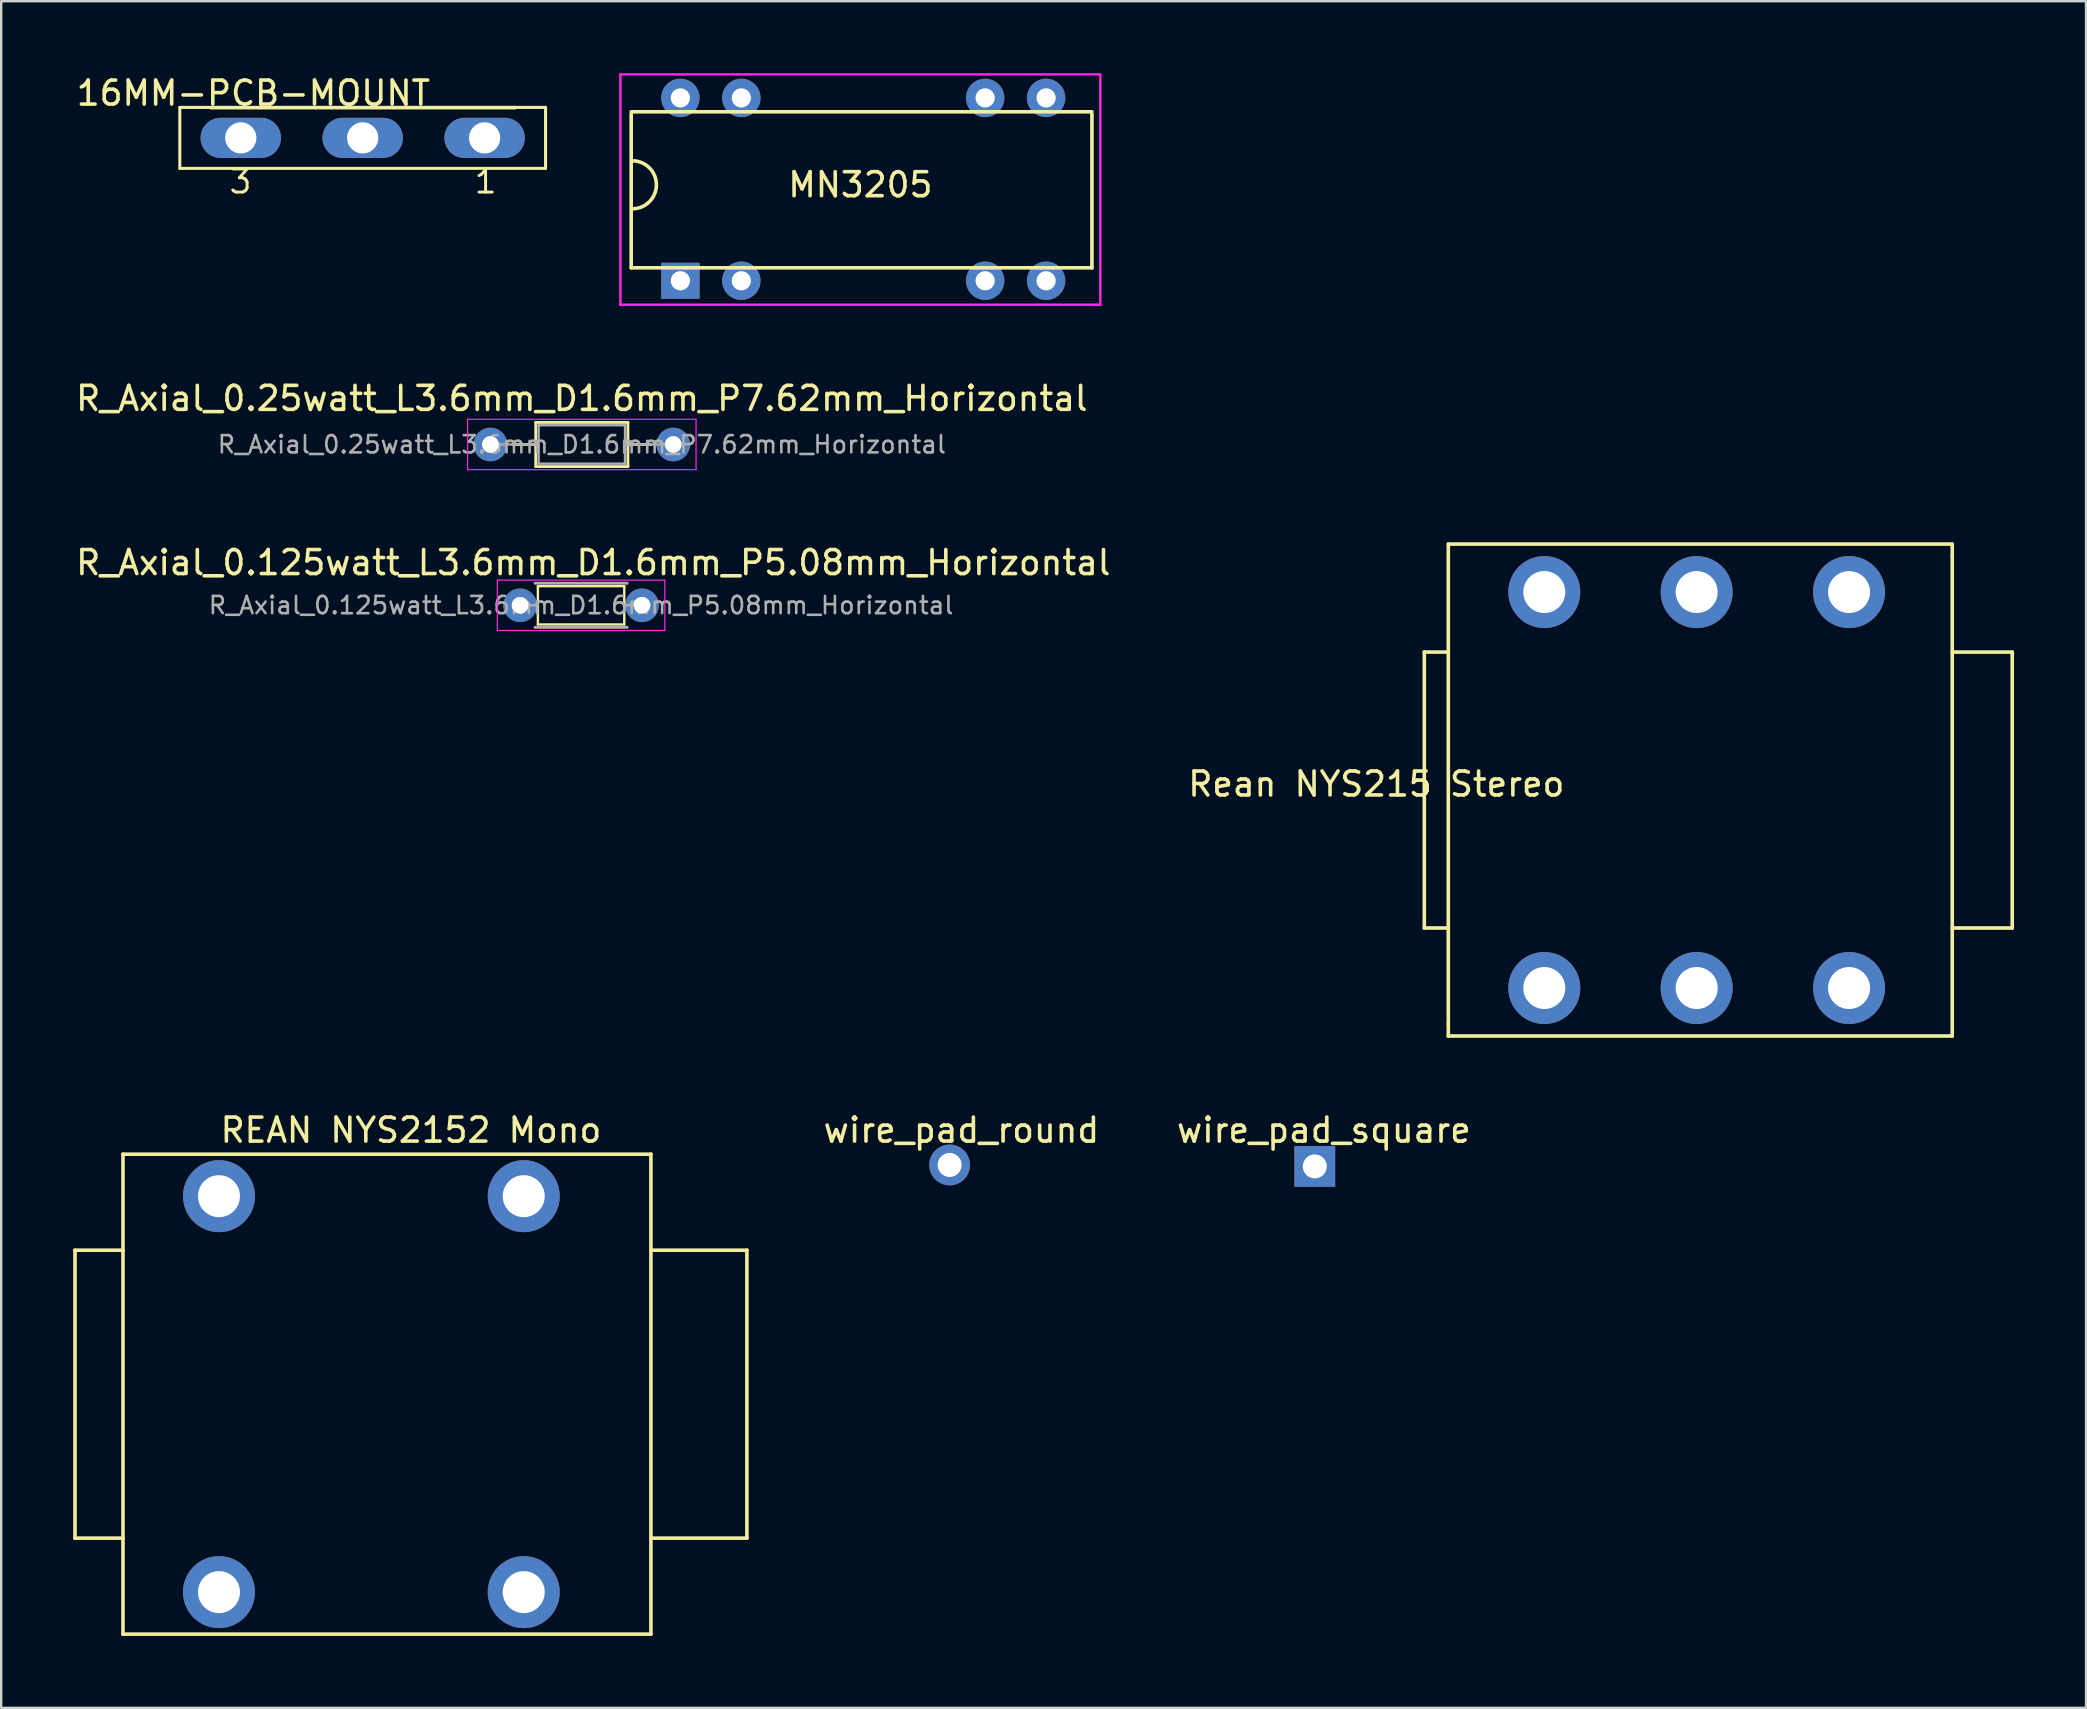
<source format=kicad_pcb>
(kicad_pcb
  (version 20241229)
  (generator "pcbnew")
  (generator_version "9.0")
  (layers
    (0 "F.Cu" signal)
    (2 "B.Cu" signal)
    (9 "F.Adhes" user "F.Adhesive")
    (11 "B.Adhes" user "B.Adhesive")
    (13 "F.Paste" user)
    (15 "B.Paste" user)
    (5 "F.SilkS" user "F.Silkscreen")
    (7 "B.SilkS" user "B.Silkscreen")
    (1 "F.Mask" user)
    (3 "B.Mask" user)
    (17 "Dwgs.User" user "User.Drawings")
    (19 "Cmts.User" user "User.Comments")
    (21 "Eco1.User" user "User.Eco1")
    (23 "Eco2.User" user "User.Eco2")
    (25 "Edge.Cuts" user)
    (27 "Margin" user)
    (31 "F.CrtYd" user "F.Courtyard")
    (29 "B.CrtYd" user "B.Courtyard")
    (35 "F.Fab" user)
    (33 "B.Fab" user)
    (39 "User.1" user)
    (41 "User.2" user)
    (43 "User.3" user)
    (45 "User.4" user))
  (footprint "wire_pad_square"
    (layer "F.Cu")
    (at 51.74 45.556)
    (property "Reference" "wire_pad_square" (at 0.38 -1.51 0) (layer "F.SilkS") (effects (font (size 1 1) (thickness 0.15))))
    (attr through_hole)
    (pad "1" thru_hole rect (at 0 0) (size 1.7 1.7) (drill 1) (layers "*.Cu" "*.Mask")))
  (footprint "16MM-PCB-MOUNT"
    (layer "F.Cu")
    (at 12.064 2.696)
    (property "Reference" "16MM-PCB-MOUNT" (at 2.9 -2.45 180) (layer "F.SilkS") (effects (font (size 1 1) (thickness 0.15)) (justify right top)))
    (attr through_hole)
    (fp_line (start -7.62 -1.27) (end -7.62 1.27) (stroke (width 0.127) (type solid)) (layer "F.SilkS"))
    (fp_line (start -7.62 1.27) (end 7.62 1.27) (stroke (width 0.127) (type solid)) (layer "F.SilkS"))
    (fp_line (start -6.35 -1.27) (end -7.62 -1.27) (stroke (width 0.127) (type solid)) (layer "F.SilkS"))
    (fp_line (start 6.355 -1.26) (end -6.325 -1.26) (stroke (width 0.152) (type solid)) (layer "F.SilkS"))
    (fp_line (start 7.62 -1.27) (end 6.35 -1.27) (stroke (width 0.127) (type solid)) (layer "F.SilkS"))
    (fp_line (start 7.62 1.27) (end 7.62 -1.27) (stroke (width 0.127) (type solid)) (layer "F.SilkS"))
    (fp_text user "3" (at -4.553 1.254 0) (layer "F.SilkS") (effects (font (size 0.965 0.965) (thickness 0.122)) (justify right top)))
    (fp_text user "1" (at 5.661 1.254 0) (layer "F.SilkS") (effects (font (size 0.965 0.965) (thickness 0.122)) (justify right top)))
    (pad "1" thru_hole oval (at 5.08 0 180) (size 3.353 1.676) (drill 1.3) (layers "*.Cu" "*.Mask"))
    (pad "2" thru_hole oval (at 0 0 180) (size 3.353 1.676) (drill 1.3) (layers "*.Cu" "*.Mask"))
    (pad "3" thru_hole oval (at -5.08 0 180) (size 3.353 1.676) (drill 1.3) (layers "*.Cu" "*.Mask")))
  (footprint "R_Axial_0.125watt_L3.6mm_D1.6mm_P5.08mm_Horizontal"
    (layer "F.Cu")
    (at 18.625 22.174)
    (property "Reference" "R_Axial_0.125watt_L3.6mm_D1.6mm_P5.08mm_Horizontal" (at 3.048 -1.778 0) (layer "F.SilkS") (effects (font (size 1 1) (thickness 0.15))))
    (attr through_hole)
    (fp_line (start 0.74 -0.8) (end 0.74 0.8) (stroke (width 0.1) (type solid)) (layer "F.SilkS"))
    (fp_line (start 0.74 0.8) (end 4.34 0.8) (stroke (width 0.1) (type solid)) (layer "F.SilkS"))
    (fp_line (start 4.34 -0.8) (end 0.74 -0.8) (stroke (width 0.1) (type solid)) (layer "F.SilkS"))
    (fp_line (start 4.34 0.8) (end 4.34 -0.8) (stroke (width 0.1) (type solid)) (layer "F.SilkS"))
    (fp_line (start -0.95 -1.05) (end -0.95 1.05) (stroke (width 0.05) (type solid)) (layer "F.CrtYd"))
    (fp_line (start -0.95 1.05) (end 6.03 1.05) (stroke (width 0.05) (type solid)) (layer "F.CrtYd"))
    (fp_line (start 6.03 -1.05) (end -0.95 -1.05) (stroke (width 0.05) (type solid)) (layer "F.CrtYd"))
    (fp_line (start 6.03 1.05) (end 6.03 -1.05) (stroke (width 0.05) (type solid)) (layer "F.CrtYd"))
    (fp_line (start 0 0) (end 0.74 0) (stroke (width 0.1) (type solid)) (layer "F.Fab"))
    (fp_line (start 0.62 -0.92) (end 4.46 -0.92) (stroke (width 0.12) (type solid)) (layer "F.Fab"))
    (fp_line (start 0.62 0.92) (end 4.46 0.92) (stroke (width 0.12) (type solid)) (layer "F.Fab"))
    (fp_line (start 5.08 0) (end 4.34 0) (stroke (width 0.1) (type solid)) (layer "F.Fab"))
    (fp_text user "${REFERENCE}" (at 2.54 0 0) (layer "F.Fab") (effects (font (size 0.72 0.72) (thickness 0.108))))
    (pad "1" thru_hole circle (at 0 0) (size 1.4 1.4) (drill 0.7) (layers "*.Cu" "*.Mask"))
    (pad "2" thru_hole oval (at 5.08 0) (size 1.4 1.4) (drill 0.7) (layers "*.Cu" "*.Mask")))
  (footprint "wire_pad_round"
    (layer "F.Cu")
    (at 36.503 45.496)
    (property "Reference" "wire_pad_round" (at 0.51 -1.45 0) (layer "F.SilkS") (effects (font (size 1 1) (thickness 0.15))))
    (attr through_hole)
    (pad "1" thru_hole circle (at 0.02 0) (size 1.7 1.7) (drill 1) (layers "*.Cu" "*.Mask")))
  (footprint "Rean NYS215 Stereo"
    (layer "F.Cu")
    (at 66.804 30.123)
    (property "Reference" "Rean NYS215 Stereo" (at -12.5 -0.5 0) (layer "F.SilkS") (effects (font (size 1 1) (thickness 0.15))))
    (attr through_hole)
    (fp_line (start -10.5 -6) (end -9.5 -6) (stroke (width 0.15) (type solid)) (layer "F.SilkS"))
    (fp_line (start -10.5 5.5) (end -10.5 -6) (stroke (width 0.15) (type solid)) (layer "F.SilkS"))
    (fp_line (start -10.5 5.5) (end -9.5 5.5) (stroke (width 0.15) (type solid)) (layer "F.SilkS"))
    (fp_line (start -9.5 -10.5) (end 11.5 -10.5) (stroke (width 0.15) (type solid)) (layer "F.SilkS"))
    (fp_line (start -9.5 9.5) (end -9.5 -10.5) (stroke (width 0.15) (type solid)) (layer "F.SilkS"))
    (fp_line (start -9.5 10) (end -9.5 9.5) (stroke (width 0.15) (type solid)) (layer "F.SilkS"))
    (fp_line (start -9.5 10) (end 11.5 10) (stroke (width 0.15) (type solid)) (layer "F.SilkS"))
    (fp_line (start 11.5 -10) (end 11.5 -10.5) (stroke (width 0.15) (type solid)) (layer "F.SilkS"))
    (fp_line (start 11.5 -10) (end 11.5 10) (stroke (width 0.15) (type solid)) (layer "F.SilkS"))
    (fp_line (start 11.5 5.5) (end 14 5.5) (stroke (width 0.15) (type solid)) (layer "F.SilkS"))
    (fp_line (start 14 -6) (end 11.5 -6) (stroke (width 0.15) (type solid)) (layer "F.SilkS"))
    (fp_line (start 14 5.5) (end 14 -6) (stroke (width 0.15) (type solid)) (layer "F.SilkS"))
    (pad "R" thru_hole circle (at 0.85 8) (size 3 3) (drill 1.75) (layers "*.Cu" "*.Mask"))
    (pad "RN" thru_hole circle (at 0.85 -8.5) (size 3 3) (drill 1.75) (layers "*.Cu" "*.Mask"))
    (pad "S" thru_hole circle (at -5.5 8) (size 3 3) (drill 1.75) (layers "*.Cu" "*.Mask"))
    (pad "SN" thru_hole circle (at -5.5 -8.5) (size 3 3) (drill 1.75) (layers "*.Cu" "*.Mask"))
    (pad "T" thru_hole circle (at 7.2 8) (size 3 3) (drill 1.75) (layers "*.Cu" "*.Mask"))
    (pad "TN" thru_hole circle (at 7.2 -8.5) (size 3 3) (drill 1.75) (layers "*.Cu" "*.Mask")))
  (footprint "R_Axial_0.25watt_L3.6mm_D1.6mm_P7.62mm_Horizontal"
    (layer "F.Cu")
    (at 17.386 15.473)
    (property "Reference" "R_Axial_0.25watt_L3.6mm_D1.6mm_P7.62mm_Horizontal" (at 3.81 -1.92 0) (layer "F.SilkS") (effects (font (size 1 1) (thickness 0.15))))
    (attr through_hole)
    (fp_line (start 0.94 0) (end 1.89 0) (stroke (width 0.12) (type solid)) (layer "F.SilkS"))
    (fp_line (start 1.89 -0.92) (end 1.89 0.92) (stroke (width 0.12) (type solid)) (layer "F.SilkS"))
    (fp_line (start 1.89 0.92) (end 5.73 0.92) (stroke (width 0.12) (type solid)) (layer "F.SilkS"))
    (fp_line (start 5.73 -0.92) (end 1.89 -0.92) (stroke (width 0.12) (type solid)) (layer "F.SilkS"))
    (fp_line (start 5.73 0.92) (end 5.73 -0.92) (stroke (width 0.12) (type solid)) (layer "F.SilkS"))
    (fp_line (start 6.68 0) (end 5.73 0) (stroke (width 0.12) (type solid)) (layer "F.SilkS"))
    (fp_line (start -0.95 -1.05) (end -0.95 1.05) (stroke (width 0.05) (type solid)) (layer "F.CrtYd"))
    (fp_line (start -0.95 1.05) (end 8.57 1.05) (stroke (width 0.05) (type solid)) (layer "F.CrtYd"))
    (fp_line (start 8.57 -1.05) (end -0.95 -1.05) (stroke (width 0.05) (type solid)) (layer "F.CrtYd"))
    (fp_line (start 8.57 1.05) (end 8.57 -1.05) (stroke (width 0.05) (type solid)) (layer "F.CrtYd"))
    (fp_line (start 0 0) (end 2.01 0) (stroke (width 0.1) (type solid)) (layer "F.Fab"))
    (fp_line (start 2.01 -0.8) (end 2.01 0.8) (stroke (width 0.1) (type solid)) (layer "F.Fab"))
    (fp_line (start 2.01 0.8) (end 5.61 0.8) (stroke (width 0.1) (type solid)) (layer "F.Fab"))
    (fp_line (start 5.61 -0.8) (end 2.01 -0.8) (stroke (width 0.1) (type solid)) (layer "F.Fab"))
    (fp_line (start 5.61 0.8) (end 5.61 -0.8) (stroke (width 0.1) (type solid)) (layer "F.Fab"))
    (fp_line (start 7.62 0) (end 5.61 0) (stroke (width 0.1) (type solid)) (layer "F.Fab"))
    (fp_text user "${REFERENCE}" (at 3.81 0 0) (layer "F.Fab") (effects (font (size 0.72 0.72) (thickness 0.108))))
    (pad "1" thru_hole circle (at 0 0) (size 1.4 1.4) (drill 0.7) (layers "*.Cu" "*.Mask"))
    (pad "2" thru_hole oval (at 7.62 0) (size 1.4 1.4) (drill 0.7) (layers "*.Cu" "*.Mask")))
  (footprint "MN3205"
    (layer "F.Cu")
    (at 25.303 8.65)
    (property "Reference" "MN3205" (at 7.5 -4 0) (layer "F.SilkS") (effects (font (size 1 1) (thickness 0.15))))
    (attr through_hole)
    (fp_line (start -2.05 -6.94) (end -2.05 -0.54) (stroke (width 0.15) (type solid)) (layer "F.SilkS"))
    (fp_line (start -2.05 -0.54) (end 17.15 -0.54) (stroke (width 0.15) (type solid)) (layer "F.SilkS"))
    (fp_line (start 17.15 -7.04) (end -2.05 -7.04) (stroke (width 0.15) (type solid)) (layer "F.SilkS"))
    (fp_line (start 17.15 -0.54) (end 17.15 -6.94) (stroke (width 0.15) (type solid)) (layer "F.SilkS"))
    (fp_arc (start -2 -5) (mid -1 -4) (end -2 -3) (stroke (width 0.15) (type solid)) (layer "F.SilkS"))
    (fp_line (start -2.5 -8.6) (end 17.5 -8.6) (stroke (width 0.1) (type solid)) (layer "F.CrtYd"))
    (fp_line (start -2.5 1) (end -2.5 -8.6) (stroke (width 0.1) (type solid)) (layer "F.CrtYd"))
    (fp_line (start 17.5 -8.6) (end 17.5 1) (stroke (width 0.1) (type solid)) (layer "F.CrtYd"))
    (fp_line (start 17.5 1) (end -2.5 1) (stroke (width 0.11) (type solid)) (layer "F.CrtYd"))
    (pad "1" thru_hole rect (at 0 0) (size 1.6 1.5) (drill 0.8) (layers "*.Cu" "*.Mask"))
    (pad "2" thru_hole circle (at 2.54 0) (size 1.6 1.6) (drill 0.8) (layers "*.Cu" "*.Mask"))
    (pad "3" thru_hole circle (at 12.7 0) (size 1.6 1.6) (drill 0.8) (layers "*.Cu" "*.Mask"))
    (pad "4" thru_hole circle (at 15.24 0) (size 1.6 1.6) (drill 0.8) (layers "*.Cu" "*.Mask"))
    (pad "5" thru_hole circle (at 15.24 -7.62) (size 1.6 1.6) (drill 0.8) (layers "*.Cu" "*.Mask"))
    (pad "6" thru_hole circle (at 12.7 -7.62) (size 1.6 1.6) (drill 0.8) (layers "*.Cu" "*.Mask"))
    (pad "7" thru_hole circle (at 2.54 -7.62) (size 1.6 1.6) (drill 0.8) (layers "*.Cu" "*.Mask"))
    (pad "8" thru_hole circle (at 0 -7.62) (size 1.6 1.6) (drill 0.8) (layers "*.Cu" "*.Mask")))
  (footprint "REAN NYS2152 Mono"
    (layer "F.Cu")
    (at 14.075 55.047)
    (property "Reference" "REAN NYS2152 Mono" (at 0 -11 0) (layer "F.SilkS") (effects (font (size 1 1) (thickness 0.15))))
    (attr through_hole)
    (fp_line (start -14 -6) (end -14 6) (stroke (width 0.15) (type solid)) (layer "F.SilkS"))
    (fp_line (start -14 6) (end -12 6) (stroke (width 0.15) (type solid)) (layer "F.SilkS"))
    (fp_line (start -12 -10) (end -12 10) (stroke (width 0.15) (type solid)) (layer "F.SilkS"))
    (fp_line (start -12 -10) (end 10 -10) (stroke (width 0.15) (type solid)) (layer "F.SilkS"))
    (fp_line (start -12 -6) (end -14 -6) (stroke (width 0.15) (type solid)) (layer "F.SilkS"))
    (fp_line (start -12 10) (end 10 10) (stroke (width 0.15) (type solid)) (layer "F.SilkS"))
    (fp_line (start 10 -10) (end 10 10) (stroke (width 0.15) (type solid)) (layer "F.SilkS"))
    (fp_line (start 14 -6) (end 10 -6) (stroke (width 0.15) (type solid)) (layer "F.SilkS"))
    (fp_line (start 14 6) (end 10 6) (stroke (width 0.15) (type solid)) (layer "F.SilkS"))
    (fp_line (start 14 6) (end 14 -6) (stroke (width 0.15) (type solid)) (layer "F.SilkS"))
    (pad "S" thru_hole circle (at -8 8.25) (size 3 3) (drill 1.75) (layers "*.Cu" "*.Mask"))
    (pad "SN" thru_hole circle (at -8 -8.25) (size 3 3) (drill 1.75) (layers "*.Cu" "*.Mask"))
    (pad "T" thru_hole circle (at 4.7 8.25) (size 3 3) (drill 1.75) (layers "*.Cu" "*.Mask"))
    (pad "TN" thru_hole circle (at 4.7 -8.25) (size 3 3) (drill 1.75) (layers "*.Cu" "*.Mask")))
  (gr_rect
    (start -3 -3)
    (end 83.879 68.121)
    (stroke (width 0.1) (type default))
    (fill no)
    (layer "Edge.Cuts")))
</source>
